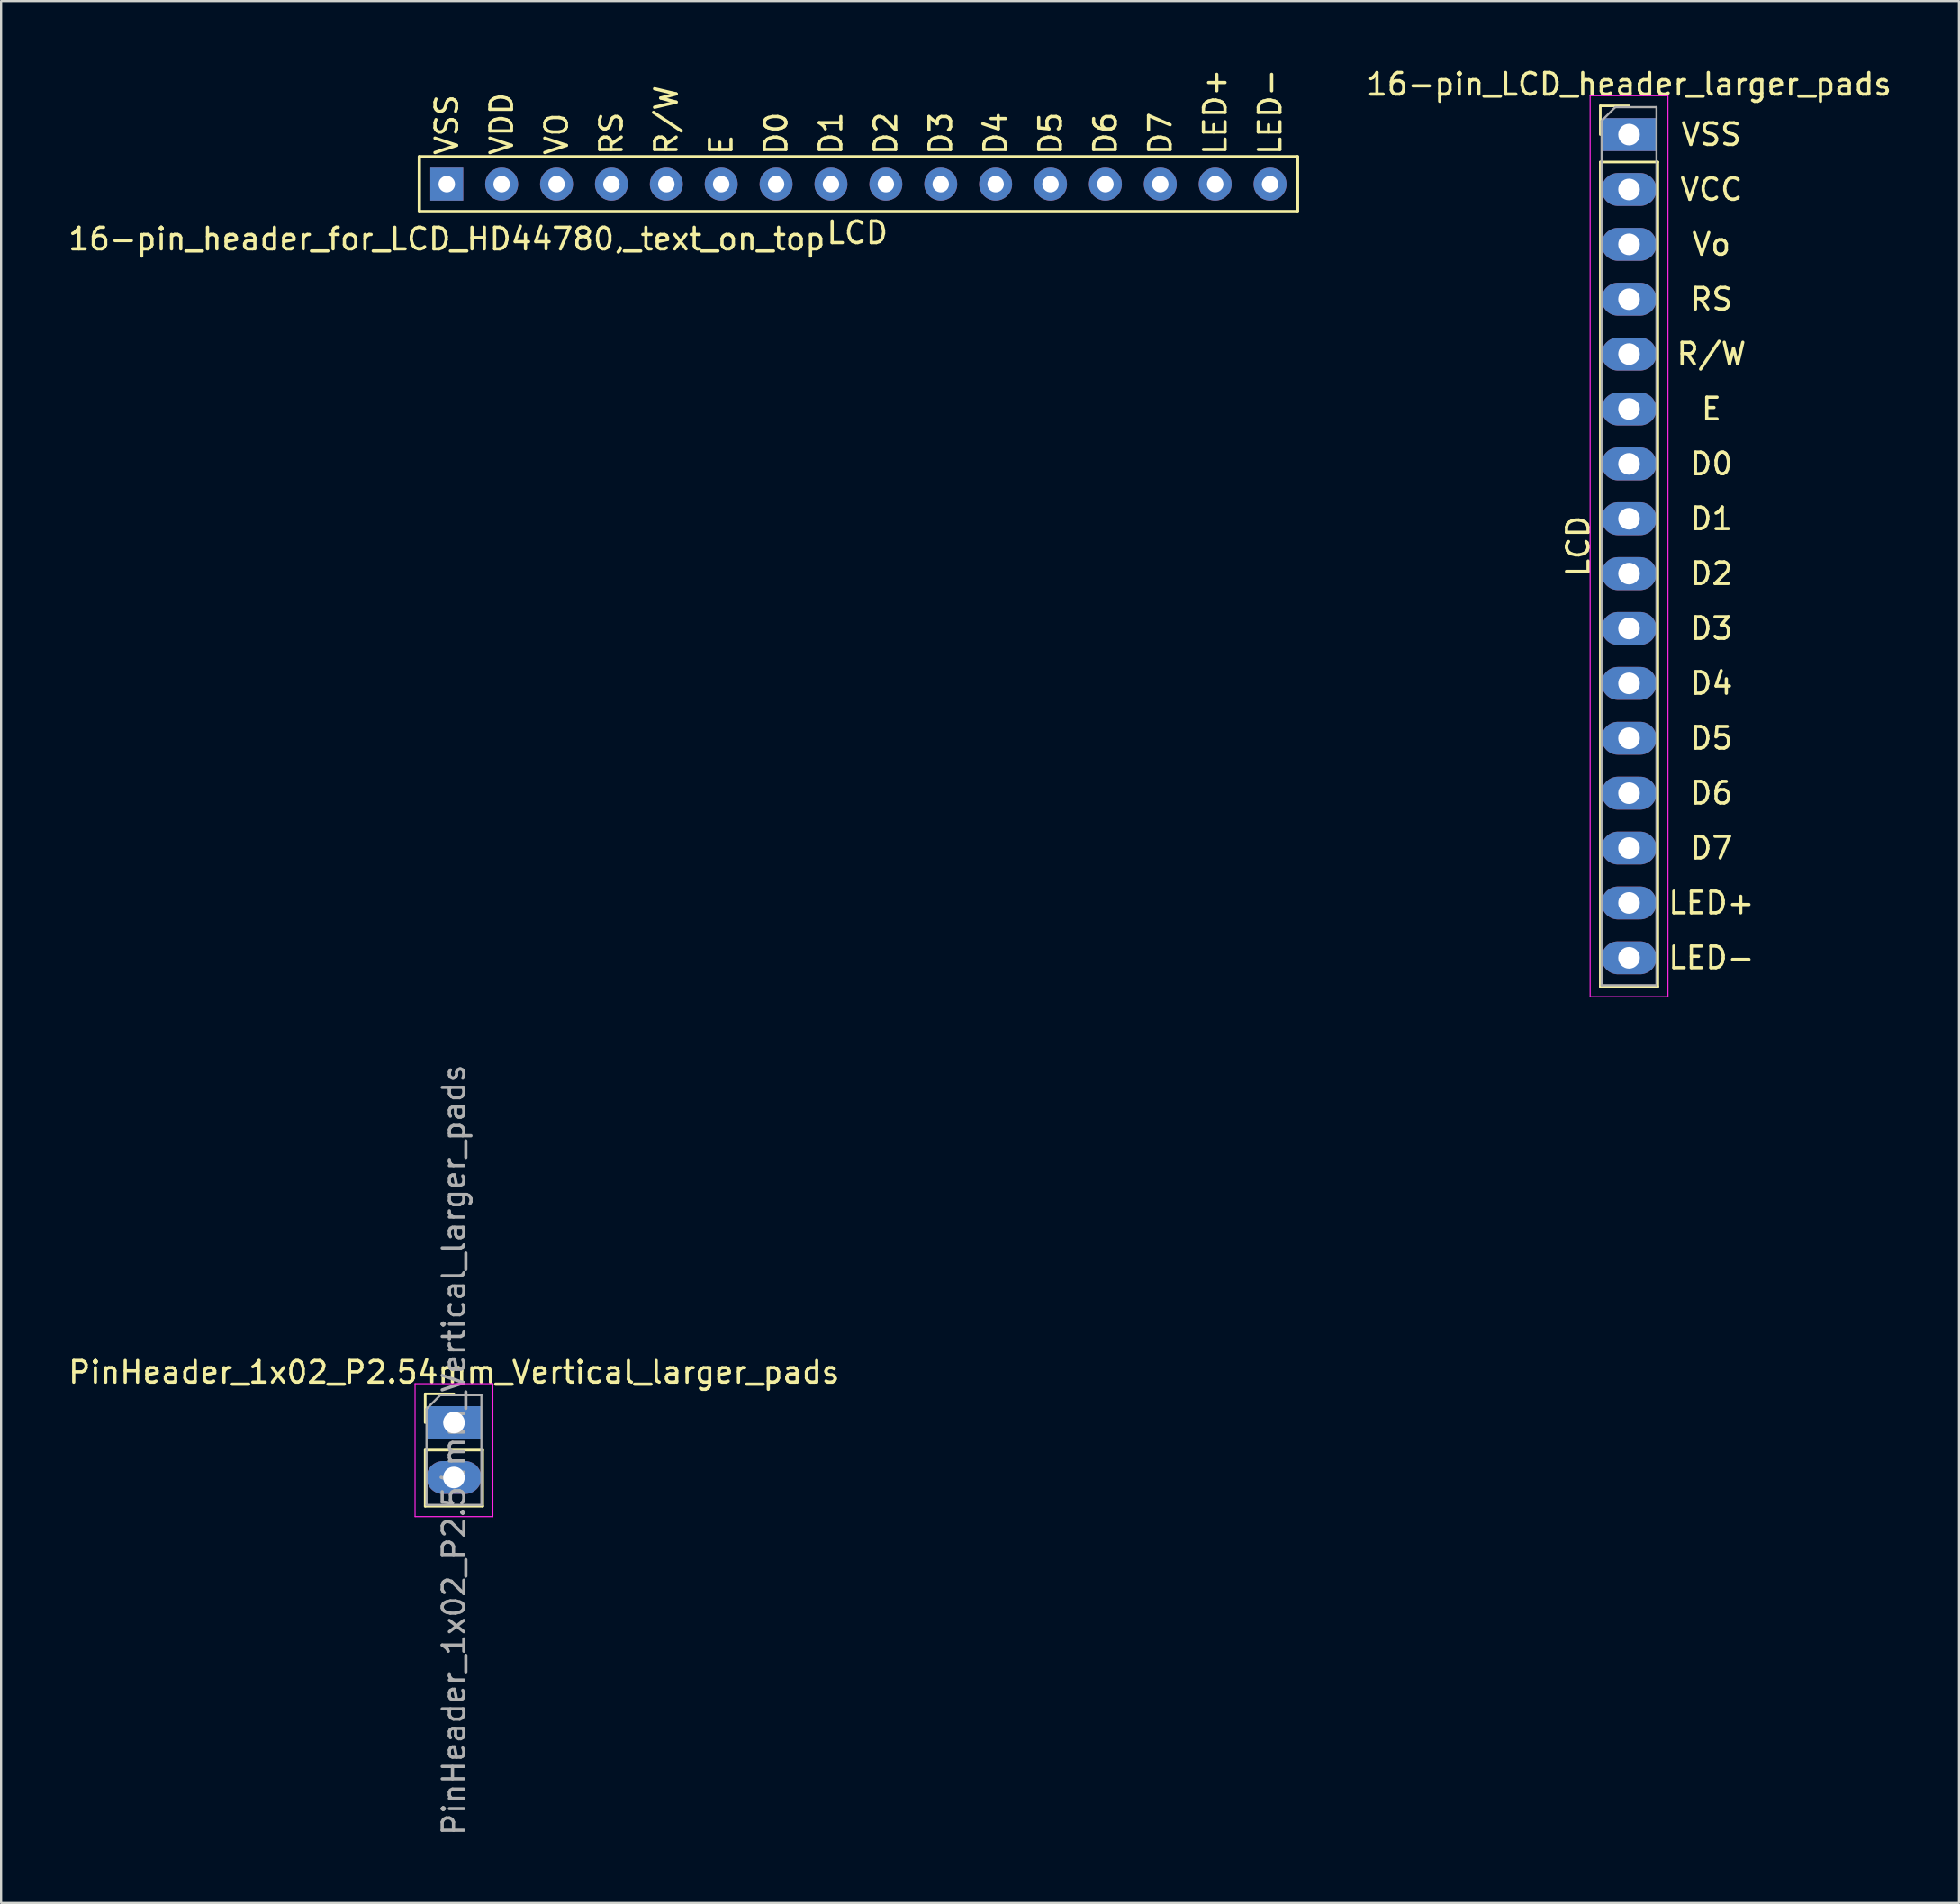
<source format=kicad_pcb>
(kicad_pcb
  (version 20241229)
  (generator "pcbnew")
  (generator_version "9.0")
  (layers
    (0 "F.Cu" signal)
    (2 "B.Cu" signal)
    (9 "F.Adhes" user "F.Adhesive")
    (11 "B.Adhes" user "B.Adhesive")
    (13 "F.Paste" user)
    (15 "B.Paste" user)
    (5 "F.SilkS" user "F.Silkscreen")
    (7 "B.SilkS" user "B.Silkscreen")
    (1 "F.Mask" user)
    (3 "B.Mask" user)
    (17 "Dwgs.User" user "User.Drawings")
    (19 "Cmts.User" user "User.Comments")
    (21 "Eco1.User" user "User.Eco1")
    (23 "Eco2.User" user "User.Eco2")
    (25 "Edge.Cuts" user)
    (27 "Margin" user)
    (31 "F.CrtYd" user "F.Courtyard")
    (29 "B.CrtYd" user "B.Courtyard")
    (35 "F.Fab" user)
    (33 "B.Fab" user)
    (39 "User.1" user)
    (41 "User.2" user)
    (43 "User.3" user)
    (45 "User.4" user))
  (footprint "16-pin_header_for_LCD_HD44780,_text_on_top"
    (layer "F.Cu")
    (at 17.625 5.472)
    (property "Reference" "16-pin_header_for_LCD_HD44780,_text_on_top" (at 0 2.54 0) (layer "F.SilkS") (effects (font (size 1 1) (thickness 0.15))))
    (attr through_hole)
    (fp_line (start -1.27 -1.27) (end -1.27 1.27) (stroke (width 0.15) (type solid)) (layer "F.SilkS"))
    (fp_line (start -1.27 1.27) (end 39.37 1.27) (stroke (width 0.15) (type solid)) (layer "F.SilkS"))
    (fp_line (start 39.37 -1.27) (end -1.27 -1.27) (stroke (width 0.15) (type solid)) (layer "F.SilkS"))
    (fp_line (start 39.37 1.27) (end 39.37 -1.27) (stroke (width 0.15) (type solid)) (layer "F.SilkS"))
    (fp_text user "VO" (at 5.08 -1.27 90) (layer "F.SilkS") (effects (font (size 1 1) (thickness 0.15)) (justify left)))
    (fp_text user "D1" (at 17.78 -1.27 90) (layer "F.SilkS") (effects (font (size 1 1) (thickness 0.15)) (justify left)))
    (fp_text user "D6" (at 30.48 -1.27 90) (layer "F.SilkS") (effects (font (size 1 1) (thickness 0.15)) (justify left)))
    (fp_text user "D0" (at 15.24 -1.27 90) (layer "F.SilkS") (effects (font (size 1 1) (thickness 0.15)) (justify left)))
    (fp_text user "LED+" (at 35.56 -1.27 90) (layer "F.SilkS") (effects (font (size 1 1) (thickness 0.15)) (justify left)))
    (fp_text user "LCD" (at 19 2.25 0) (layer "F.SilkS") (effects (font (size 1 1) (thickness 0.15))))
    (fp_text user "LED-" (at 38.1 -1.27 90) (layer "F.SilkS") (effects (font (size 1 1) (thickness 0.15)) (justify left)))
    (fp_text user "VDD" (at 2.54 -1.27 90) (layer "F.SilkS") (effects (font (size 1 1) (thickness 0.15)) (justify left)))
    (fp_text user "D2" (at 20.32 -1.27 90) (layer "F.SilkS") (effects (font (size 1 1) (thickness 0.15)) (justify left)))
    (fp_text user "D5" (at 27.94 -1.27 90) (layer "F.SilkS") (effects (font (size 1 1) (thickness 0.15)) (justify left)))
    (fp_text user "D7" (at 33.02 -1.27 90) (layer "F.SilkS") (effects (font (size 1 1) (thickness 0.15)) (justify left)))
    (fp_text user "RS" (at 7.62 -1.27 90) (layer "F.SilkS") (effects (font (size 1 1) (thickness 0.15)) (justify left)))
    (fp_text user "D3" (at 22.86 -1.27 90) (layer "F.SilkS") (effects (font (size 1 1) (thickness 0.15)) (justify left)))
    (fp_text user "D4" (at 25.4 -1.27 90) (layer "F.SilkS") (effects (font (size 1 1) (thickness 0.15)) (justify left)))
    (fp_text user "R/W" (at 10.16 -1.27 90) (layer "F.SilkS") (effects (font (size 1 1) (thickness 0.15)) (justify left)))
    (fp_text user "E" (at 12.7 -1.27 90) (layer "F.SilkS") (effects (font (size 1 1) (thickness 0.15)) (justify left)))
    (fp_text user "VSS" (at 0 -1.27 90) (layer "F.SilkS") (effects (font (size 1 1) (thickness 0.15)) (justify left)))
    (pad "1" thru_hole rect (at 0 0) (size 1.524 1.524) (drill 0.762) (layers "*.Cu" "*.Mask"))
    (pad "2" thru_hole circle (at 2.54 0) (size 1.524 1.524) (drill 0.762) (layers "*.Cu" "*.Mask"))
    (pad "3" thru_hole circle (at 5.08 0) (size 1.524 1.524) (drill 0.762) (layers "*.Cu" "*.Mask"))
    (pad "4" thru_hole circle (at 7.62 0) (size 1.524 1.524) (drill 0.762) (layers "*.Cu" "*.Mask"))
    (pad "5" thru_hole circle (at 10.16 0) (size 1.524 1.524) (drill 0.762) (layers "*.Cu" "*.Mask"))
    (pad "6" thru_hole circle (at 12.7 0) (size 1.524 1.524) (drill 0.762) (layers "*.Cu" "*.Mask"))
    (pad "7" thru_hole circle (at 15.24 0) (size 1.524 1.524) (drill 0.762) (layers "*.Cu" "*.Mask"))
    (pad "8" thru_hole circle (at 17.78 0) (size 1.524 1.524) (drill 0.762) (layers "*.Cu" "*.Mask"))
    (pad "9" thru_hole circle (at 20.32 0) (size 1.524 1.524) (drill 0.762) (layers "*.Cu" "*.Mask"))
    (pad "10" thru_hole circle (at 22.86 0) (size 1.524 1.524) (drill 0.762) (layers "*.Cu" "*.Mask"))
    (pad "11" thru_hole circle (at 25.4 0) (size 1.524 1.524) (drill 0.762) (layers "*.Cu" "*.Mask"))
    (pad "12" thru_hole circle (at 27.94 0) (size 1.524 1.524) (drill 0.762) (layers "*.Cu" "*.Mask"))
    (pad "13" thru_hole circle (at 30.48 0) (size 1.524 1.524) (drill 0.762) (layers "*.Cu" "*.Mask"))
    (pad "14" thru_hole circle (at 33.02 0) (size 1.524 1.524) (drill 0.762) (layers "*.Cu" "*.Mask"))
    (pad "15" thru_hole circle (at 35.56 0) (size 1.524 1.524) (drill 0.762) (layers "*.Cu" "*.Mask"))
    (pad "16" thru_hole circle (at 38.1 0) (size 1.524 1.524) (drill 0.762) (layers "*.Cu" "*.Mask")))
  (footprint "16-pin_LCD_header_larger_pads"
    (layer "F.Cu")
    (at 72.488 3.478)
    (property "Reference" "16-pin_LCD_header_larger_pads" (at -0.15 -2.63 0) (layer "F.SilkS") (effects (font (size 1 1) (thickness 0.15))))
    (attr through_hole)
    (fp_line (start -1.48 -1.63) (end -0.15 -1.63) (stroke (width 0.12) (type solid)) (layer "F.SilkS"))
    (fp_line (start -1.48 -0.3) (end -1.48 -1.63) (stroke (width 0.12) (type solid)) (layer "F.SilkS"))
    (fp_line (start -1.48 0.97) (end -1.48 39.13) (stroke (width 0.12) (type solid)) (layer "F.SilkS"))
    (fp_line (start -1.48 0.97) (end 1.18 0.97) (stroke (width 0.12) (type solid)) (layer "F.SilkS"))
    (fp_line (start -1.48 39.13) (end 1.18 39.13) (stroke (width 0.12) (type solid)) (layer "F.SilkS"))
    (fp_line (start 1.18 0.97) (end 1.18 39.13) (stroke (width 0.12) (type solid)) (layer "F.SilkS"))
    (fp_line (start -1.95 -2.1) (end -1.95 39.6) (stroke (width 0.05) (type solid)) (layer "F.CrtYd"))
    (fp_line (start -1.95 39.6) (end 1.65 39.6) (stroke (width 0.05) (type solid)) (layer "F.CrtYd"))
    (fp_line (start 1.65 -2.1) (end -1.95 -2.1) (stroke (width 0.05) (type solid)) (layer "F.CrtYd"))
    (fp_line (start 1.65 39.6) (end 1.65 -2.1) (stroke (width 0.05) (type solid)) (layer "F.CrtYd"))
    (fp_line (start -1.42 -0.935) (end -0.785 -1.57) (stroke (width 0.1) (type solid)) (layer "F.Fab"))
    (fp_line (start -1.42 39.07) (end -1.42 -0.935) (stroke (width 0.1) (type solid)) (layer "F.Fab"))
    (fp_line (start -0.785 -1.57) (end 1.12 -1.57) (stroke (width 0.1) (type solid)) (layer "F.Fab"))
    (fp_line (start 1.12 -1.57) (end 1.12 39.07) (stroke (width 0.1) (type solid)) (layer "F.Fab"))
    (fp_line (start 1.12 39.07) (end -1.42 39.07) (stroke (width 0.1) (type solid)) (layer "F.Fab"))
    (fp_text user "LCD" (at -2.5 18.75 90) (layer "F.SilkS") (effects (font (size 1 1) (thickness 0.15))))
    (fp_text user "D5" (at 3.66 27.64 0) (layer "F.SilkS") (effects (font (size 1 1) (thickness 0.15))))
    (fp_text user "D0" (at 3.66 14.94 0) (layer "F.SilkS") (effects (font (size 1 1) (thickness 0.15))))
    (fp_text user "RS" (at 3.66 7.32 0) (layer "F.SilkS") (effects (font (size 1 1) (thickness 0.15))))
    (fp_text user "Vo" (at 3.66 4.78 0) (layer "F.SilkS") (effects (font (size 1 1) (thickness 0.15))))
    (fp_text user "D7" (at 3.66 32.72 0) (layer "F.SilkS") (effects (font (size 1 1) (thickness 0.15))))
    (fp_text user "LED+" (at 3.66 35.26 0) (layer "F.SilkS") (effects (font (size 1 1) (thickness 0.15))))
    (fp_text user "D1" (at 3.66 17.48 0) (layer "F.SilkS") (effects (font (size 1 1) (thickness 0.15))))
    (fp_text user "D3" (at 3.66 22.56 0) (layer "F.SilkS") (effects (font (size 1 1) (thickness 0.15))))
    (fp_text user "LED-" (at 3.66 37.8 0) (layer "F.SilkS") (effects (font (size 1 1) (thickness 0.15))))
    (fp_text user "D4" (at 3.66 25.1 0) (layer "F.SilkS") (effects (font (size 1 1) (thickness 0.15))))
    (fp_text user "VSS" (at 3.66 -0.3 0) (layer "F.SilkS") (effects (font (size 1 1) (thickness 0.15))))
    (fp_text user "E" (at 3.66 12.4 0) (layer "F.SilkS") (effects (font (size 1 1) (thickness 0.15))))
    (fp_text user "R/W" (at 3.66 9.86 0) (layer "F.SilkS") (effects (font (size 1 1) (thickness 0.15))))
    (fp_text user "VCC" (at 3.66 2.24 0) (layer "F.SilkS") (effects (font (size 1 1) (thickness 0.15))))
    (fp_text user "D6" (at 3.66 30.18 0) (layer "F.SilkS") (effects (font (size 1 1) (thickness 0.15))))
    (fp_text user "D2" (at 3.66 20.02 0) (layer "F.SilkS") (effects (font (size 1 1) (thickness 0.15))))
    (pad "1" thru_hole rect (at -0.15 -0.3) (size 2.54 1.524) (drill 1) (layers "*.Cu" "*.Mask"))
    (pad "2" thru_hole oval (at -0.15 2.24) (size 2.54 1.524) (drill 1) (layers "*.Cu" "*.Mask"))
    (pad "3" thru_hole oval (at -0.15 4.78) (size 2.54 1.524) (drill 1) (layers "*.Cu" "*.Mask"))
    (pad "4" thru_hole oval (at -0.15 7.32) (size 2.54 1.524) (drill 1) (layers "*.Cu" "*.Mask"))
    (pad "5" thru_hole oval (at -0.15 9.86) (size 2.54 1.524) (drill 1) (layers "*.Cu" "*.Mask"))
    (pad "6" thru_hole oval (at -0.15 12.4) (size 2.54 1.524) (drill 1) (layers "*.Cu" "*.Mask"))
    (pad "7" thru_hole oval (at -0.15 14.94) (size 2.54 1.524) (drill 1) (layers "*.Cu" "*.Mask"))
    (pad "8" thru_hole oval (at -0.15 17.48) (size 2.54 1.524) (drill 1) (layers "*.Cu" "*.Mask"))
    (pad "9" thru_hole oval (at -0.15 20.02) (size 2.54 1.524) (drill 1) (layers "*.Cu" "*.Mask"))
    (pad "10" thru_hole oval (at -0.15 22.56) (size 2.54 1.524) (drill 1) (layers "*.Cu" "*.Mask"))
    (pad "11" thru_hole oval (at -0.15 25.1) (size 2.54 1.524) (drill 1) (layers "*.Cu" "*.Mask"))
    (pad "12" thru_hole oval (at -0.15 27.64) (size 2.54 1.524) (drill 1) (layers "*.Cu" "*.Mask"))
    (pad "13" thru_hole oval (at -0.15 30.18) (size 2.54 1.524) (drill 1) (layers "*.Cu" "*.Mask"))
    (pad "14" thru_hole oval (at -0.15 32.72) (size 2.54 1.524) (drill 1) (layers "*.Cu" "*.Mask"))
    (pad "15" thru_hole oval (at -0.15 35.26) (size 2.54 1.524) (drill 1) (layers "*.Cu" "*.Mask"))
    (pad "16" thru_hole oval (at -0.15 37.8) (size 2.54 1.524) (drill 1) (layers "*.Cu" "*.Mask")))
  (footprint "PinHeader_1x02_P2.54mm_Vertical_larger_pads"
    (layer "F.Cu")
    (at 17.958 62.792)
    (property "Reference" "PinHeader_1x02_P2.54mm_Vertical_larger_pads" (at 0 -2.33 0) (layer "F.SilkS") (effects (font (size 1 1) (thickness 0.15))))
    (attr through_hole)
    (fp_line (start -1.33 -1.33) (end 0 -1.33) (stroke (width 0.12) (type solid)) (layer "F.SilkS"))
    (fp_line (start -1.33 0) (end -1.33 -1.33) (stroke (width 0.12) (type solid)) (layer "F.SilkS"))
    (fp_line (start -1.33 1.27) (end -1.33 3.87) (stroke (width 0.12) (type solid)) (layer "F.SilkS"))
    (fp_line (start -1.33 1.27) (end 1.33 1.27) (stroke (width 0.12) (type solid)) (layer "F.SilkS"))
    (fp_line (start -1.33 3.87) (end 1.33 3.87) (stroke (width 0.12) (type solid)) (layer "F.SilkS"))
    (fp_line (start 1.33 1.27) (end 1.33 3.87) (stroke (width 0.12) (type solid)) (layer "F.SilkS"))
    (fp_line (start -1.8 -1.8) (end -1.8 4.35) (stroke (width 0.05) (type solid)) (layer "F.CrtYd"))
    (fp_line (start -1.8 4.35) (end 1.8 4.35) (stroke (width 0.05) (type solid)) (layer "F.CrtYd"))
    (fp_line (start 1.8 -1.8) (end -1.8 -1.8) (stroke (width 0.05) (type solid)) (layer "F.CrtYd"))
    (fp_line (start 1.8 4.35) (end 1.8 -1.8) (stroke (width 0.05) (type solid)) (layer "F.CrtYd"))
    (fp_line (start -1.27 -0.635) (end -0.635 -1.27) (stroke (width 0.1) (type solid)) (layer "F.Fab"))
    (fp_line (start -1.27 3.81) (end -1.27 -0.635) (stroke (width 0.1) (type solid)) (layer "F.Fab"))
    (fp_line (start -0.635 -1.27) (end 1.27 -1.27) (stroke (width 0.1) (type solid)) (layer "F.Fab"))
    (fp_line (start 1.27 -1.27) (end 1.27 3.81) (stroke (width 0.1) (type solid)) (layer "F.Fab"))
    (fp_line (start 1.27 3.81) (end -1.27 3.81) (stroke (width 0.1) (type solid)) (layer "F.Fab"))
    (fp_text user "${REFERENCE}" (at 0 1.27 90) (layer "F.Fab") (effects (font (size 1 1) (thickness 0.15))))
    (pad "1" thru_hole rect (at 0 0) (size 2.54 1.524) (drill 1) (layers "*.Cu" "*.Mask"))
    (pad "2" thru_hole oval (at 0 2.54) (size 2.54 1.524) (drill 1) (layers "*.Cu" "*.Mask")))
  (gr_rect
    (start -3 -3)
    (end 87.606 85.02)
    (stroke (width 0.1) (type default))
    (fill no)
    (layer "Edge.Cuts")))
</source>
